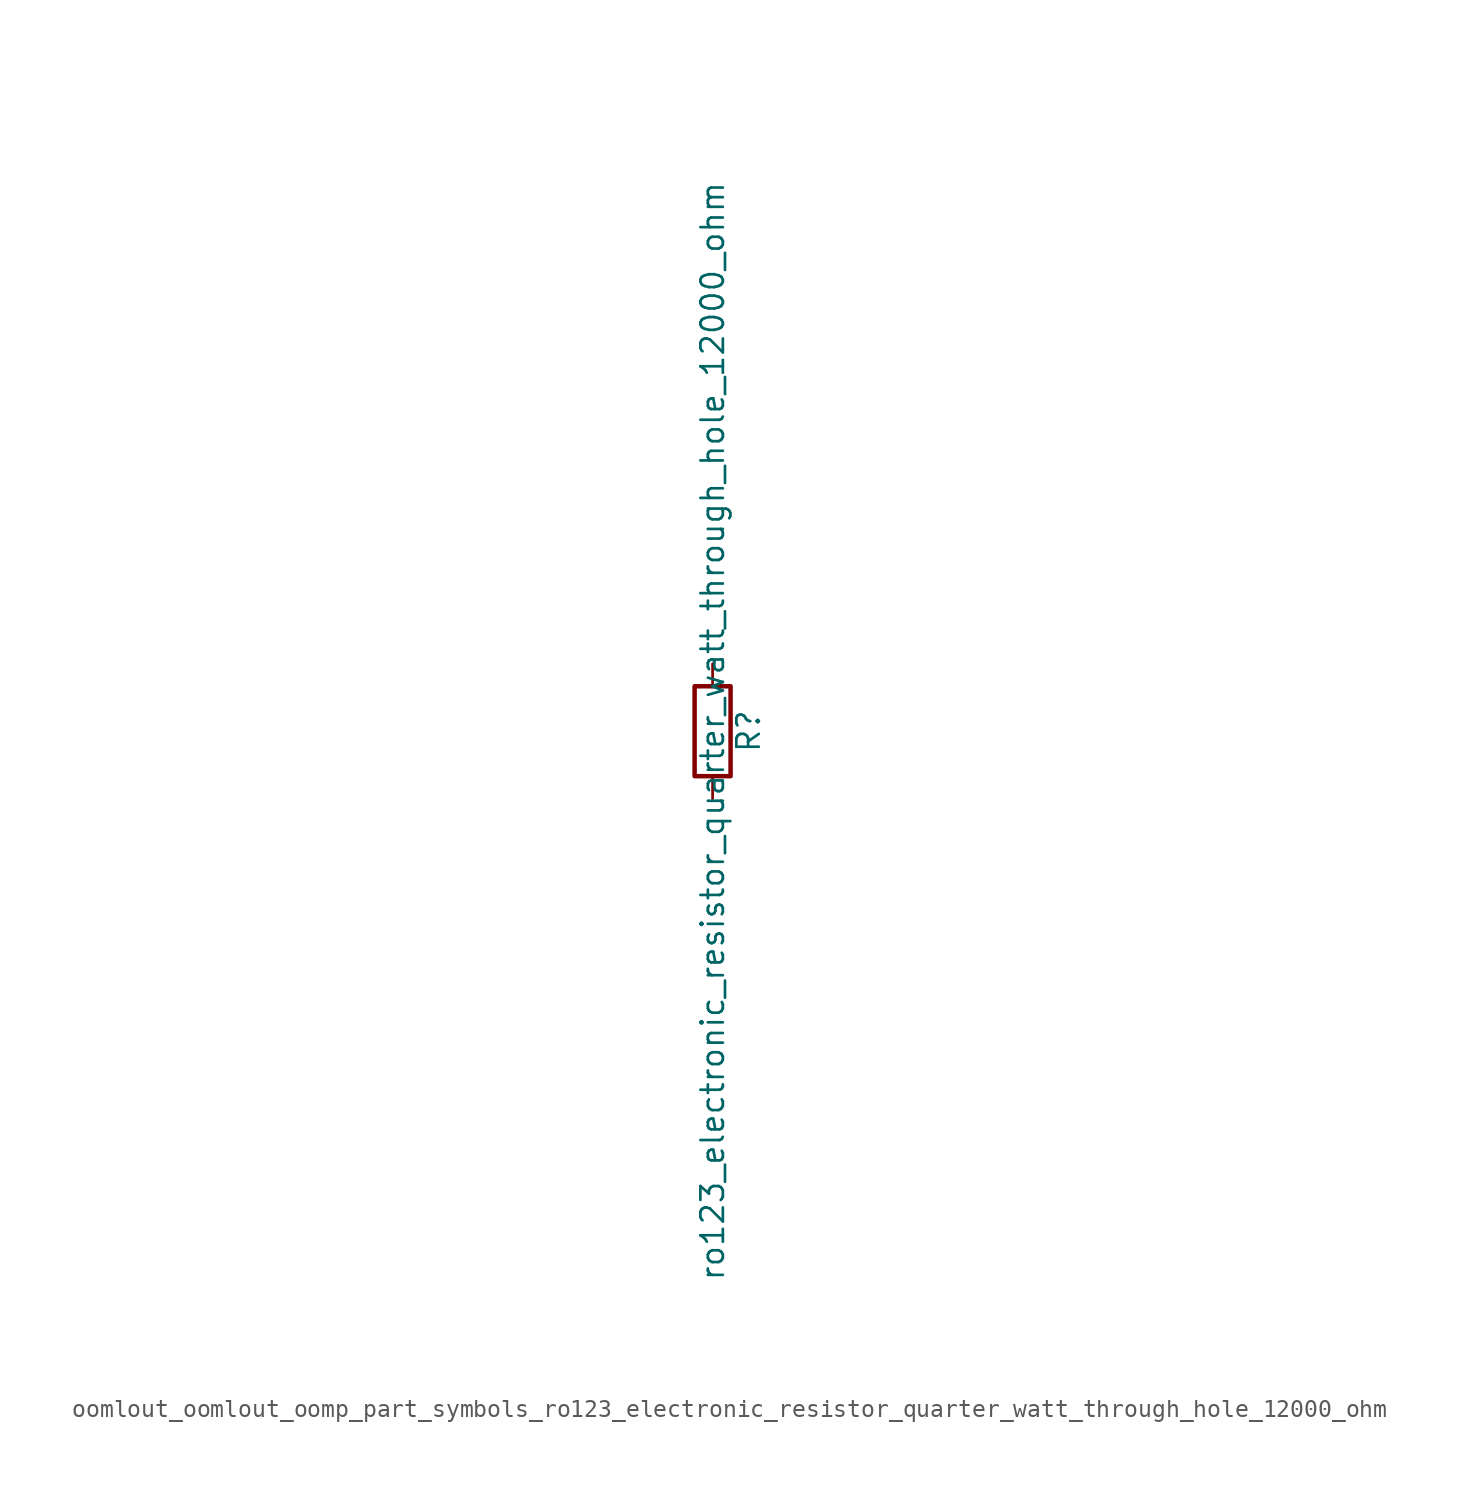
<source format=kicad_sym>
(kicad_symbol_lib
  (version 20220914)
  (generator kicad_symbol_editor)
  (symbol "oomlout_oomlout_oomp_part_symbols_ro123_electronic_resistor_quarter_watt_through_hole_12000_ohm"
    (pin_numbers hide)
    (pin_names
      (offset 0))
    (property "Reference" "R"
      (at 2.032 0 90)
      (effects (font (size 1.27 1.27))))
    (property "Value" "ro123_electronic_resistor_quarter_watt_through_hole_12000_ohm"
      (at 0 0 90)
      (effects (font (size 1.27 1.27))))
    (symbol "oomlout_oomlout_oomp_part_symbols_ro123_electronic_resistor_quarter_watt_through_hole_12000_ohm_0_1"
      (rectangle (start -1.016 -2.54) (end 1.016 2.54) (stroke (width 0.254) (type default)) (fill (type none))))
    (symbol "oomlout_oomlout_oomp_part_symbols_ro123_electronic_resistor_quarter_watt_through_hole_12000_ohm_1_1"
      (pin passive line (at 0 3.81 270) (length 1.27) (name "~" (effects (font (size 1.27 1.27)))) (number "1" (effects (font (size 1.27 1.27)))))
      (pin passive line (at 0 -3.81 90) (length 1.27) (name "~" (effects (font (size 1.27 1.27)))) (number "2" (effects (font (size 1.27 1.27))))))))
</source>
